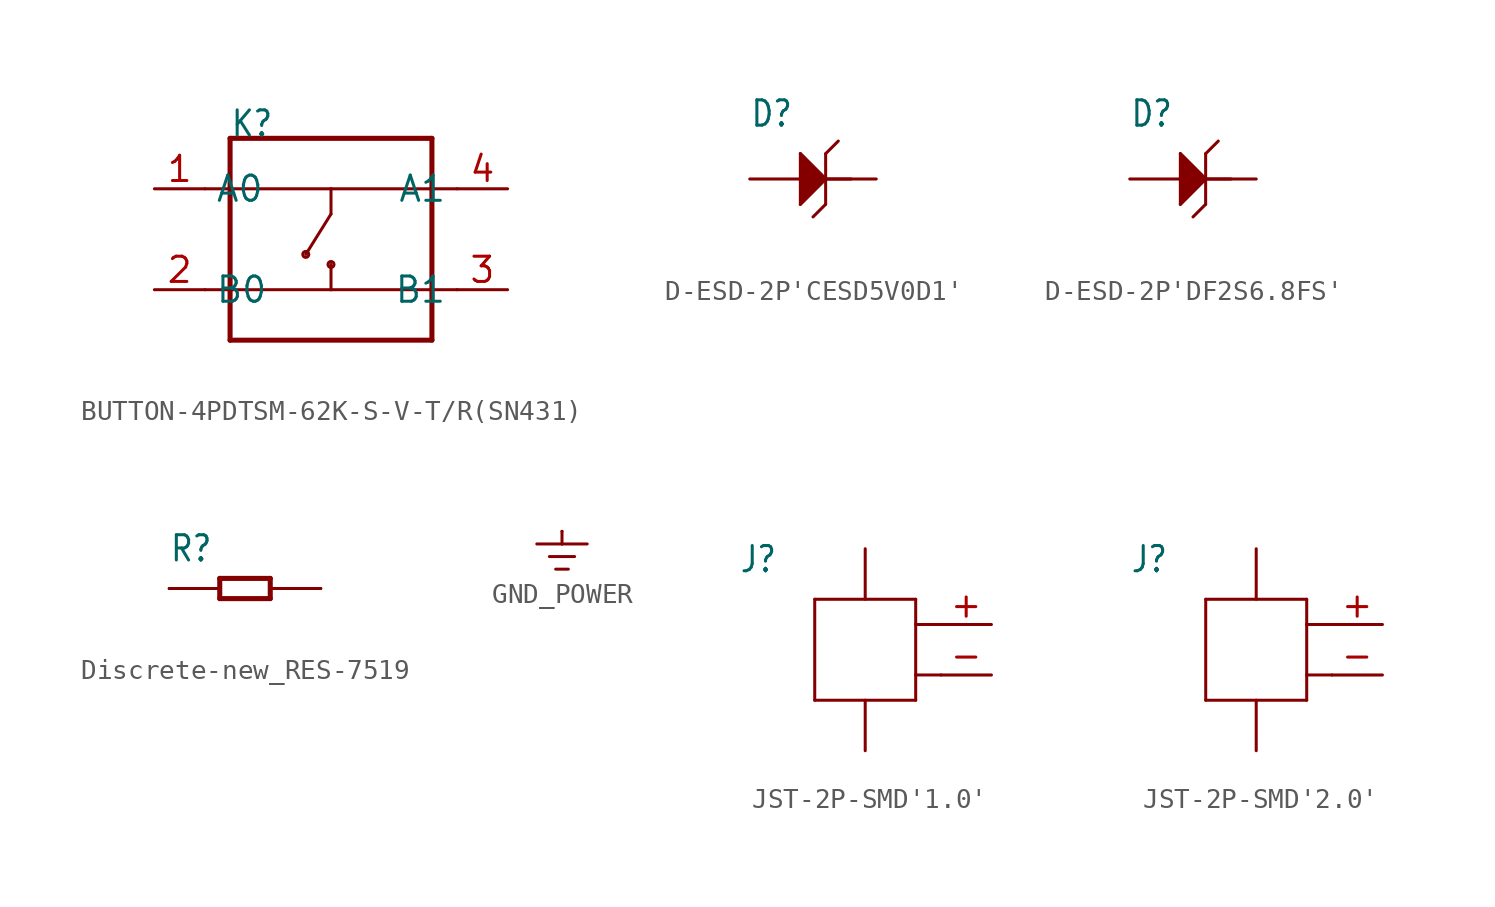
<source format=kicad_sym>
(kicad_symbol_lib
  (version 20231120)
  (generator "kicad_symbol_editor")
  (generator_version "8.0")
  (symbol "BUTTON-4PDTSM-62K-S-V-T/R(SN431)"
    (property "Reference" "K"
      (at -5.08 5.08 0)
      (effects (font (size 1.27 1.079)) (justify left bottom)))
    (property "Value" ""
      (at -5.08 -6.35 0)
      (effects (font (size 1.27 1.079)) (justify left bottom)))
    (property "ki_locked" ""
      (at 0 0 0)
      (effects (font (size 1.27 1.27))))
    (symbol "BUTTON-4PDTSM-62K-S-V-T/R(SN431)_1_0"
      (circle (center -1.27 -0.762) (radius 0.152) (stroke (width 0) (type solid)) (fill (type none)))
      (circle (center 0 -1.27) (radius 0.152) (stroke (width 0) (type solid)) (fill (type none)))
      (polyline (pts (xy -6.35 -2.54) (xy -5.08 -2.54)) (stroke (width 0.152) (type solid)) (fill (type none)))
      (polyline (pts (xy -6.35 2.54) (xy -5.08 2.54)) (stroke (width 0.152) (type solid)) (fill (type none)))
      (polyline (pts (xy -5.08 -5.08) (xy -5.08 -2.54)) (stroke (width 0.254) (type solid)) (fill (type none)))
      (polyline (pts (xy -5.08 -2.54) (xy -5.08 2.54)) (stroke (width 0.254) (type solid)) (fill (type none)))
      (polyline (pts (xy -5.08 2.54) (xy -5.08 5.08)) (stroke (width 0.254) (type solid)) (fill (type none)))
      (polyline (pts (xy -5.08 2.54) (xy 0 2.54)) (stroke (width 0.152) (type solid)) (fill (type none)))
      (polyline (pts (xy -5.08 5.08) (xy 5.08 5.08)) (stroke (width 0.254) (type solid)) (fill (type none)))
      (polyline (pts (xy 0 -2.54) (xy -5.08 -2.54)) (stroke (width 0.152) (type solid)) (fill (type none)))
      (polyline (pts (xy 0 -2.54) (xy 5.08 -2.54)) (stroke (width 0.152) (type solid)) (fill (type none)))
      (polyline (pts (xy 0 -1.27) (xy 0 -2.54)) (stroke (width 0.152) (type solid)) (fill (type none)))
      (polyline (pts (xy 0 1.27) (xy -1.27 -0.762)) (stroke (width 0.152) (type solid)) (fill (type none)))
      (polyline (pts (xy 0 2.54) (xy 0 1.27)) (stroke (width 0.152) (type solid)) (fill (type none)))
      (polyline (pts (xy 0 2.54) (xy 5.08 2.54)) (stroke (width 0.152) (type solid)) (fill (type none)))
      (polyline (pts (xy 5.08 -5.08) (xy -5.08 -5.08)) (stroke (width 0.254) (type solid)) (fill (type none)))
      (polyline (pts (xy 5.08 -2.54) (xy 5.08 -5.08)) (stroke (width 0.254) (type solid)) (fill (type none)))
      (polyline (pts (xy 5.08 2.54) (xy 5.08 -2.54)) (stroke (width 0.254) (type solid)) (fill (type none)))
      (polyline (pts (xy 5.08 5.08) (xy 5.08 2.54)) (stroke (width 0.254) (type solid)) (fill (type none)))
      (polyline (pts (xy 6.35 -2.54) (xy 5.08 -2.54)) (stroke (width 0.152) (type solid)) (fill (type none)))
      (polyline (pts (xy 6.35 2.54) (xy 5.08 2.54)) (stroke (width 0.152) (type solid)) (fill (type none)))
      (pin bidirectional line (at -8.89 2.54 0) (length 2.54) (name "A0" (effects (font (size 1.27 1.27)))) (number "1" (effects (font (size 1.27 1.27)))))
      (pin bidirectional line (at -8.89 -2.54 0) (length 2.54) (name "B0" (effects (font (size 1.27 1.27)))) (number "2" (effects (font (size 1.27 1.27)))))
      (pin bidirectional line (at 8.89 -2.54 180) (length 2.54) (name "B1" (effects (font (size 1.27 1.27)))) (number "3" (effects (font (size 1.27 1.27)))))
      (pin bidirectional line (at 8.89 2.54 180) (length 2.54) (name "A1" (effects (font (size 1.27 1.27)))) (number "4" (effects (font (size 1.27 1.27)))))))
  (symbol "D-ESD-2P'CESD5V0D1'"
    (property "Reference" "D"
      (at -3.81 2.54 0)
      (effects (font (size 1.27 1.079)) (justify left bottom)))
    (property "Value" ""
      (at -3.81 -3.81 0)
      (effects (font (size 1.27 1.079)) (justify left bottom)))
    (property "ki_locked" ""
      (at 0 0 0)
      (effects (font (size 1.27 1.27))))
    (symbol "D-ESD-2P'CESD5V0D1'_1_0"
      (polyline (pts (xy -1.27 -1.27) (xy 0 0)) (stroke (width 0.152) (type solid)) (fill (type none)))
      (polyline (pts (xy -1.27 1.27) (xy -1.27 -1.27)) (stroke (width 0.152) (type solid)) (fill (type none)))
      (polyline (pts (xy 0 -1.27) (xy -0.635 -1.905)) (stroke (width 0.152) (type solid)) (fill (type none)))
      (polyline (pts (xy 0 0) (xy -1.27 1.27)) (stroke (width 0.152) (type solid)) (fill (type none)))
      (polyline (pts (xy 0 0) (xy 0 -1.27)) (stroke (width 0.152) (type solid)) (fill (type none)))
      (polyline (pts (xy 0 0) (xy 0 1.27)) (stroke (width 0.152) (type solid)) (fill (type none)))
      (polyline (pts (xy 0 0) (xy 1.27 0)) (stroke (width 0.152) (type solid)) (fill (type none)))
      (polyline (pts (xy 0 1.27) (xy 0.635 1.905)) (stroke (width 0.152) (type solid)) (fill (type none)))
      (polyline (pts (xy -1.27 1.27) (xy 0 0) (xy -1.27 -1.27)) (stroke (width 0.152) (type solid)) (fill (type outline)))
      (pin bidirectional line (at -3.81 0 0) (length 2.54) (name "1" (effects (font (size 0 0)))) (number "+" (effects (font (size 0 0)))))
      (pin bidirectional line (at 2.54 0 180) (length 2.54) (name "2" (effects (font (size 0 0)))) (number "-" (effects (font (size 0 0)))))))
  (symbol "D-ESD-2P'DF2S6.8FS'"
    (property "Reference" "D"
      (at -3.81 2.54 0)
      (effects (font (size 1.27 1.079)) (justify left bottom)))
    (property "Value" ""
      (at -3.81 -3.81 0)
      (effects (font (size 1.27 1.079)) (justify left bottom)))
    (property "ki_locked" ""
      (at 0 0 0)
      (effects (font (size 1.27 1.27))))
    (symbol "D-ESD-2P'DF2S6.8FS'_1_0"
      (polyline (pts (xy -1.27 -1.27) (xy 0 0)) (stroke (width 0.152) (type solid)) (fill (type none)))
      (polyline (pts (xy -1.27 1.27) (xy -1.27 -1.27)) (stroke (width 0.152) (type solid)) (fill (type none)))
      (polyline (pts (xy 0 -1.27) (xy -0.635 -1.905)) (stroke (width 0.152) (type solid)) (fill (type none)))
      (polyline (pts (xy 0 0) (xy -1.27 1.27)) (stroke (width 0.152) (type solid)) (fill (type none)))
      (polyline (pts (xy 0 0) (xy 0 -1.27)) (stroke (width 0.152) (type solid)) (fill (type none)))
      (polyline (pts (xy 0 0) (xy 0 1.27)) (stroke (width 0.152) (type solid)) (fill (type none)))
      (polyline (pts (xy 0 0) (xy 1.27 0)) (stroke (width 0.152) (type solid)) (fill (type none)))
      (polyline (pts (xy 0 1.27) (xy 0.635 1.905)) (stroke (width 0.152) (type solid)) (fill (type none)))
      (polyline (pts (xy -1.27 1.27) (xy 0 0) (xy -1.27 -1.27)) (stroke (width 0.152) (type solid)) (fill (type outline)))
      (pin bidirectional line (at 2.54 0 180) (length 2.54) (name "2" (effects (font (size 0 0)))) (number "1" (effects (font (size 0 0)))))
      (pin bidirectional line (at -3.81 0 0) (length 2.54) (name "1" (effects (font (size 0 0)))) (number "2" (effects (font (size 0 0)))))))
  (symbol "Discrete-new_RES-7519"
    (property "Reference" "R"
      (at -3.81 1.27 0)
      (effects (font (size 1.27 1.079)) (justify left bottom)))
    (property "Value" ""
      (at -3.81 -2.54 0)
      (effects (font (size 1.27 1.079)) (justify left bottom)))
    (property "ki_locked" ""
      (at 0 0 0)
      (effects (font (size 1.27 1.27))))
    (symbol "Discrete-new_RES-7519_1_0"
      (polyline (pts (xy -1.27 -0.508) (xy -1.27 0.508)) (stroke (width 0.254) (type solid)) (fill (type none)))
      (polyline (pts (xy -1.27 0.508) (xy 1.27 0.508)) (stroke (width 0.254) (type solid)) (fill (type none)))
      (polyline (pts (xy 1.27 -0.508) (xy -1.27 -0.508)) (stroke (width 0.254) (type solid)) (fill (type none)))
      (polyline (pts (xy 1.27 0.508) (xy 1.27 -0.508)) (stroke (width 0.254) (type solid)) (fill (type none)))
      (pin passive line (at -3.81 0 0) (length 2.54) (name "1" (effects (font (size 0 0)))) (number "1" (effects (font (size 0 0)))))
      (pin passive line (at -3.81 0 0) (length 2.54) (name "1" (effects (font (size 0 0)))) (number "2" (effects (font (size 0 0)))))
      (pin passive line (at 3.81 0 180) (length 2.54) (name "2" (effects (font (size 0 0)))) (number "3" (effects (font (size 0 0)))))
      (pin passive line (at 3.81 0 180) (length 2.54) (name "2" (effects (font (size 0 0)))) (number "4" (effects (font (size 0 0)))))))
  (symbol "GND_POWER"
    (power)
    (property "Reference" ""
      (at 0 0 0)
      (effects (font (size 1.27 1.27)) (hide yes)))
    (property "ki_locked" ""
      (at 0 0 0)
      (effects (font (size 1.27 1.27))))
    (symbol "GND_POWER_1_0"
      (polyline (pts (xy -1.27 -0.635) (xy 0 -0.635)) (stroke (width 0.152) (type solid)) (fill (type none)))
      (polyline (pts (xy -0.635 -1.27) (xy 0.635 -1.27)) (stroke (width 0.152) (type solid)) (fill (type none)))
      (polyline (pts (xy -0.318 -1.905) (xy 0.318 -1.905)) (stroke (width 0.152) (type solid)) (fill (type none)))
      (polyline (pts (xy 0 -0.635) (xy 1.27 -0.635)) (stroke (width 0.152) (type solid)) (fill (type none)))
      (polyline (pts (xy 0 0) (xy 0 -0.635)) (stroke (width 0.152) (type solid)) (fill (type none)))
      (pin power_in line (at 0 0 270) (length 0) (name "GND" (effects (font (size 0 0)))) (number "1" (effects (font (size 0 0)))))))
  (symbol "JST-2P-SMD'1.0'"
    (property "Reference" "J"
      (at -10.16 3.81 0)
      (effects (font (size 1.27 1.079)) (justify left bottom)))
    (property "Value" ""
      (at -2.54 3.81 0)
      (effects (font (size 1.27 1.079)) (justify left bottom)))
    (property "ki_locked" ""
      (at 0 0 0)
      (effects (font (size 1.27 1.27))))
    (symbol "JST-2P-SMD'1.0'_1_0"
      (polyline (pts (xy -6.35 -2.54) (xy -6.35 2.54)) (stroke (width 0.152) (type solid)) (fill (type none)))
      (polyline (pts (xy -6.35 2.54) (xy -1.27 2.54)) (stroke (width 0.152) (type solid)) (fill (type none)))
      (polyline (pts (xy -1.27 -2.54) (xy -6.35 -2.54)) (stroke (width 0.152) (type solid)) (fill (type none)))
      (polyline (pts (xy -1.27 -1.27) (xy -1.27 -2.54)) (stroke (width 0.152) (type solid)) (fill (type none)))
      (polyline (pts (xy -1.27 1.27) (xy -1.27 -1.27)) (stroke (width 0.152) (type solid)) (fill (type none)))
      (polyline (pts (xy -1.27 2.54) (xy -1.27 1.27)) (stroke (width 0.152) (type solid)) (fill (type none)))
      (polyline (pts (xy 0 -1.27) (xy -1.27 -1.27)) (stroke (width 0.152) (type solid)) (fill (type none)))
      (polyline (pts (xy 0 1.27) (xy -1.27 1.27)) (stroke (width 0.152) (type solid)) (fill (type none)))
      (pin bidirectional line (at 2.54 1.27 180) (length 2.54) (name "1" (effects (font (size 0 0)))) (number "+" (effects (font (size 1.27 1.27)))))
      (pin bidirectional line (at 2.54 -1.27 180) (length 2.54) (name "2" (effects (font (size 0 0)))) (number "-" (effects (font (size 1.27 1.27)))))
      (pin bidirectional line (at -3.81 -5.08 90) (length 2.54) (name "3" (effects (font (size 0 0)))) (number "3" (effects (font (size 0 0)))))
      (pin bidirectional line (at -3.81 5.08 270) (length 2.54) (name "4" (effects (font (size 0 0)))) (number "4" (effects (font (size 0 0)))))))
  (symbol "JST-2P-SMD'2.0'"
    (property "Reference" "J"
      (at -10.16 3.81 0)
      (effects (font (size 1.27 1.079)) (justify left bottom)))
    (property "Value" ""
      (at -2.54 3.81 0)
      (effects (font (size 1.27 1.079)) (justify left bottom)))
    (property "ki_locked" ""
      (at 0 0 0)
      (effects (font (size 1.27 1.27))))
    (symbol "JST-2P-SMD'2.0'_1_0"
      (polyline (pts (xy -6.35 -2.54) (xy -6.35 2.54)) (stroke (width 0.152) (type solid)) (fill (type none)))
      (polyline (pts (xy -6.35 2.54) (xy -1.27 2.54)) (stroke (width 0.152) (type solid)) (fill (type none)))
      (polyline (pts (xy -1.27 -2.54) (xy -6.35 -2.54)) (stroke (width 0.152) (type solid)) (fill (type none)))
      (polyline (pts (xy -1.27 -1.27) (xy -1.27 -2.54)) (stroke (width 0.152) (type solid)) (fill (type none)))
      (polyline (pts (xy -1.27 1.27) (xy -1.27 -1.27)) (stroke (width 0.152) (type solid)) (fill (type none)))
      (polyline (pts (xy -1.27 2.54) (xy -1.27 1.27)) (stroke (width 0.152) (type solid)) (fill (type none)))
      (polyline (pts (xy 0 -1.27) (xy -1.27 -1.27)) (stroke (width 0.152) (type solid)) (fill (type none)))
      (polyline (pts (xy 0 1.27) (xy -1.27 1.27)) (stroke (width 0.152) (type solid)) (fill (type none)))
      (pin bidirectional line (at 2.54 1.27 180) (length 2.54) (name "1" (effects (font (size 0 0)))) (number "+" (effects (font (size 1.27 1.27)))))
      (pin bidirectional line (at 2.54 -1.27 180) (length 2.54) (name "2" (effects (font (size 0 0)))) (number "-" (effects (font (size 1.27 1.27)))))
      (pin bidirectional line (at -3.81 -5.08 90) (length 2.54) (name "3" (effects (font (size 0 0)))) (number "3" (effects (font (size 0 0)))))
      (pin bidirectional line (at -3.81 5.08 270) (length 2.54) (name "4" (effects (font (size 0 0)))) (number "4" (effects (font (size 0 0))))))))
</source>
